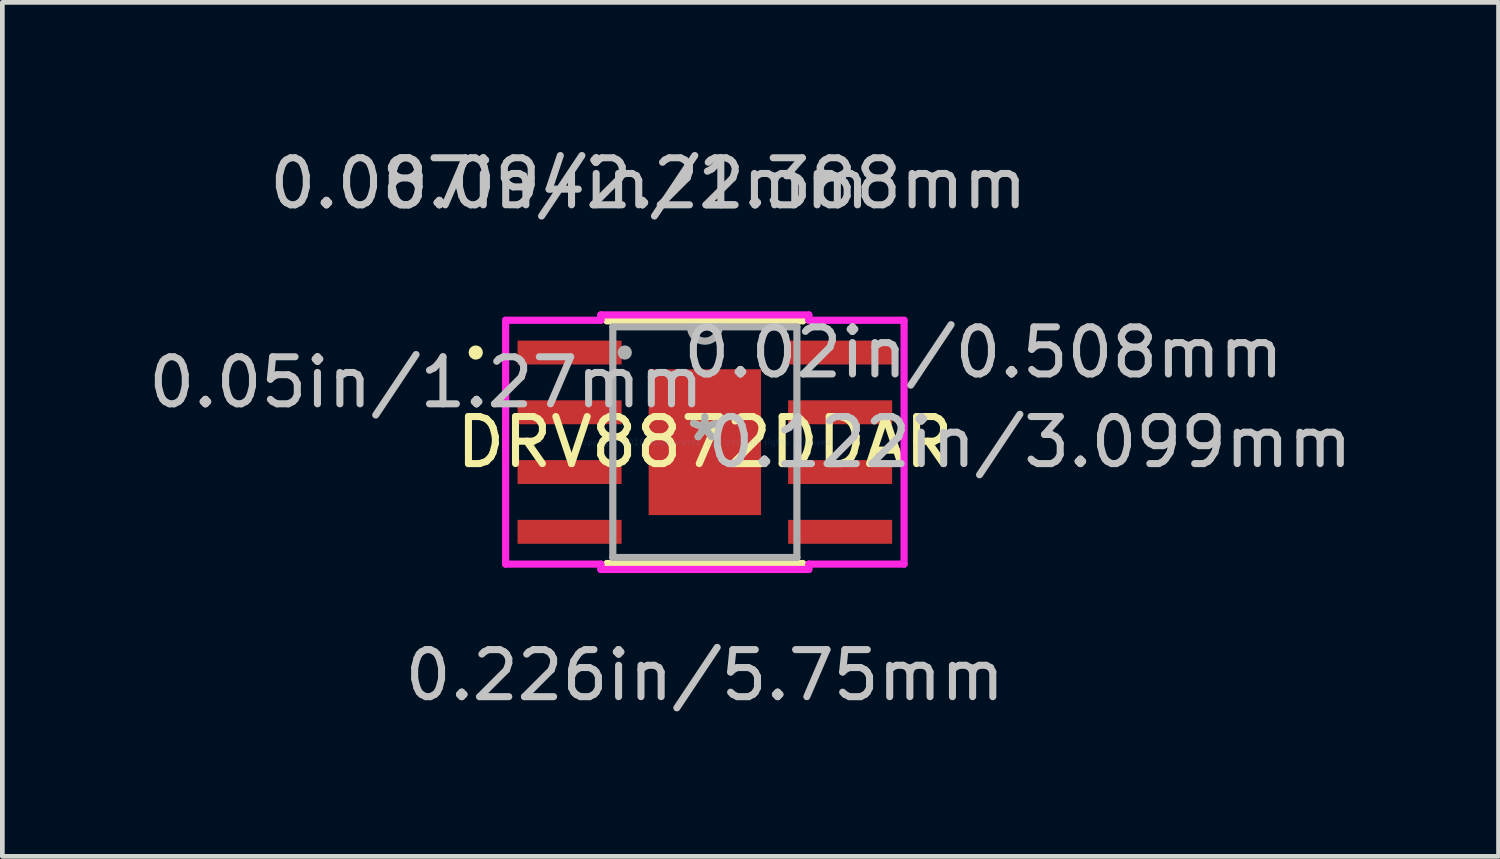
<source format=kicad_pcb>
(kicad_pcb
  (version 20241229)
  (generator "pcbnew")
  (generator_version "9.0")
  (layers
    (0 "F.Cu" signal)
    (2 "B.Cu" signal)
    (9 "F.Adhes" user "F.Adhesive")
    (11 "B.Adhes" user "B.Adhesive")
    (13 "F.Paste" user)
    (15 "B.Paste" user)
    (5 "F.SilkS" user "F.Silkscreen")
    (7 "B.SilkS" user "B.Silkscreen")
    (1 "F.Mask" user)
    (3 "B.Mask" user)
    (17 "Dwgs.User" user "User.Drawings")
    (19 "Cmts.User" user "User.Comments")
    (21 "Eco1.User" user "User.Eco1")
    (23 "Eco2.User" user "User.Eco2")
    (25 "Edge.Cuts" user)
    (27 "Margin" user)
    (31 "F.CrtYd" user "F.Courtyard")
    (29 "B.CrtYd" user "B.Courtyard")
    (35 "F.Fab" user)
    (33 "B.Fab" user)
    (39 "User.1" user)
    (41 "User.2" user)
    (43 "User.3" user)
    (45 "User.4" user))
  (footprint "DRV8872DDAR"
    (layer "F.Cu")
    (at 11.929 6.347)
    (property "Reference" "DRV8872DDAR" (at 0 0 0) (layer "F.SilkS") (effects (font (size 1 1) (thickness 0.15))))
    (attr through_hole)
    (fp_line (start -1.257 -1.613) (end -0.987 -1.613) (stroke (width 0.152) (type solid)) (layer "F.Mask"))
    (fp_line (start -1.257 -1.613) (end 1.257 -1.613) (stroke (width 0.152) (type solid)) (layer "F.Mask"))
    (fp_line (start -1.257 -0.987) (end -1.257 -1.613) (stroke (width 0.152) (type solid)) (layer "F.Mask"))
    (fp_line (start -1.257 -0.587) (end 1.257 -0.587) (stroke (width 0.152) (type solid)) (layer "F.Mask"))
    (fp_line (start -1.257 -0.2) (end -1.257 -0.587) (stroke (width 0.152) (type solid)) (layer "F.Mask"))
    (fp_line (start -1.257 0.2) (end 1.257 0.2) (stroke (width 0.152) (type solid)) (layer "F.Mask"))
    (fp_line (start -1.257 0.587) (end -1.257 0.2) (stroke (width 0.152) (type solid)) (layer "F.Mask"))
    (fp_line (start -1.257 0.987) (end 1.257 0.987) (stroke (width 0.152) (type solid)) (layer "F.Mask"))
    (fp_line (start -1.257 1.613) (end -1.257 -1.613) (stroke (width 0.152) (type solid)) (layer "F.Mask"))
    (fp_line (start -1.257 1.613) (end -1.257 0.987) (stroke (width 0.152) (type solid)) (layer "F.Mask"))
    (fp_line (start -0.987 -1.613) (end -0.987 1.613) (stroke (width 0.152) (type solid)) (layer "F.Mask"))
    (fp_line (start -0.987 1.613) (end -1.257 1.613) (stroke (width 0.152) (type solid)) (layer "F.Mask"))
    (fp_line (start -0.587 -1.613) (end -0.587 1.613) (stroke (width 0.152) (type solid)) (layer "F.Mask"))
    (fp_line (start -0.587 1.613) (end -0.2 1.613) (stroke (width 0.152) (type solid)) (layer "F.Mask"))
    (fp_line (start -0.2 -1.613) (end -0.587 -1.613) (stroke (width 0.152) (type solid)) (layer "F.Mask"))
    (fp_line (start -0.2 1.613) (end -0.2 -1.613) (stroke (width 0.152) (type solid)) (layer "F.Mask"))
    (fp_line (start 0.2 -1.613) (end 0.2 1.613) (stroke (width 0.152) (type solid)) (layer "F.Mask"))
    (fp_line (start 0.2 1.613) (end 0.587 1.613) (stroke (width 0.152) (type solid)) (layer "F.Mask"))
    (fp_line (start 0.587 -1.613) (end 0.2 -1.613) (stroke (width 0.152) (type solid)) (layer "F.Mask"))
    (fp_line (start 0.587 1.613) (end 0.587 -1.613) (stroke (width 0.152) (type solid)) (layer "F.Mask"))
    (fp_line (start 0.987 -1.613) (end 1.257 -1.613) (stroke (width 0.152) (type solid)) (layer "F.Mask"))
    (fp_line (start 0.987 1.613) (end 0.987 -1.613) (stroke (width 0.152) (type solid)) (layer "F.Mask"))
    (fp_line (start 1.257 -1.613) (end 1.257 -0.987) (stroke (width 0.152) (type solid)) (layer "F.Mask"))
    (fp_line (start 1.257 -1.613) (end 1.257 1.613) (stroke (width 0.152) (type solid)) (layer "F.Mask"))
    (fp_line (start 1.257 -0.987) (end -1.257 -0.987) (stroke (width 0.152) (type solid)) (layer "F.Mask"))
    (fp_line (start 1.257 -0.587) (end 1.257 -0.2) (stroke (width 0.152) (type solid)) (layer "F.Mask"))
    (fp_line (start 1.257 -0.2) (end -1.257 -0.2) (stroke (width 0.152) (type solid)) (layer "F.Mask"))
    (fp_line (start 1.257 0.2) (end 1.257 0.587) (stroke (width 0.152) (type solid)) (layer "F.Mask"))
    (fp_line (start 1.257 0.587) (end -1.257 0.587) (stroke (width 0.152) (type solid)) (layer "F.Mask"))
    (fp_line (start 1.257 0.987) (end 1.257 1.613) (stroke (width 0.152) (type solid)) (layer "F.Mask"))
    (fp_line (start 1.257 1.613) (end -1.257 1.613) (stroke (width 0.152) (type solid)) (layer "F.Mask"))
    (fp_line (start 1.257 1.613) (end 0.987 1.613) (stroke (width 0.152) (type solid)) (layer "F.Mask"))
    (fp_line (start -2.083 2.578) (end 2.083 2.578) (stroke (width 0.152) (type solid)) (layer "F.SilkS"))
    (fp_line (start 2.083 -2.578) (end -2.083 -2.578) (stroke (width 0.152) (type solid)) (layer "F.SilkS"))
    (fp_circle (center -4.869 -1.905) (end -4.793 -1.905) (stroke (width 0.152) (type solid)) (fill no) (layer "F.SilkS"))
    (fp_line (start -1.119 -1.474) (end -1.119 -0.887) (stroke (width 0.152) (type solid)) (layer "F.Paste"))
    (fp_line (start -1.119 -0.887) (end -1.029 -0.887) (stroke (width 0.152) (type solid)) (layer "F.Paste"))
    (fp_line (start -1.119 -0.687) (end -1.119 -0.1) (stroke (width 0.152) (type solid)) (layer "F.Paste"))
    (fp_line (start -1.119 -0.1) (end -1.029 -0.1) (stroke (width 0.152) (type solid)) (layer "F.Paste"))
    (fp_line (start -1.119 0.1) (end -1.119 0.687) (stroke (width 0.152) (type solid)) (layer "F.Paste"))
    (fp_line (start -1.119 0.687) (end -1.029 0.687) (stroke (width 0.152) (type solid)) (layer "F.Paste"))
    (fp_line (start -1.119 0.887) (end -1.119 1.474) (stroke (width 0.152) (type solid)) (layer "F.Paste"))
    (fp_line (start -1.119 1.474) (end -0.887 1.474) (stroke (width 0.152) (type solid)) (layer "F.Paste"))
    (fp_line (start -1.029 -0.887) (end -1.029 -0.887) (stroke (width 0.152) (type solid)) (layer "F.Paste"))
    (fp_line (start -1.029 -0.887) (end -0.887 -1.029) (stroke (width 0.152) (type solid)) (layer "F.Paste"))
    (fp_line (start -1.029 -0.687) (end -1.119 -0.687) (stroke (width 0.152) (type solid)) (layer "F.Paste"))
    (fp_line (start -1.029 -0.687) (end -1.029 -0.687) (stroke (width 0.152) (type solid)) (layer "F.Paste"))
    (fp_line (start -1.029 -0.1) (end -1.029 -0.1) (stroke (width 0.152) (type solid)) (layer "F.Paste"))
    (fp_line (start -1.029 -0.1) (end -0.887 -0.241) (stroke (width 0.152) (type solid)) (layer "F.Paste"))
    (fp_line (start -1.029 0.1) (end -1.119 0.1) (stroke (width 0.152) (type solid)) (layer "F.Paste"))
    (fp_line (start -1.029 0.1) (end -1.029 0.1) (stroke (width 0.152) (type solid)) (layer "F.Paste"))
    (fp_line (start -1.029 0.687) (end -1.029 0.687) (stroke (width 0.152) (type solid)) (layer "F.Paste"))
    (fp_line (start -1.029 0.687) (end -0.887 0.546) (stroke (width 0.152) (type solid)) (layer "F.Paste"))
    (fp_line (start -1.029 0.887) (end -1.119 0.887) (stroke (width 0.152) (type solid)) (layer "F.Paste"))
    (fp_line (start -1.029 0.887) (end -1.029 0.887) (stroke (width 0.152) (type solid)) (layer "F.Paste"))
    (fp_line (start -0.887 -1.474) (end -1.119 -1.474) (stroke (width 0.152) (type solid)) (layer "F.Paste"))
    (fp_line (start -0.887 -1.029) (end -0.887 -1.474) (stroke (width 0.152) (type solid)) (layer "F.Paste"))
    (fp_line (start -0.887 -1.029) (end -0.887 -1.029) (stroke (width 0.152) (type solid)) (layer "F.Paste"))
    (fp_line (start -0.887 -0.546) (end -1.029 -0.687) (stroke (width 0.152) (type solid)) (layer "F.Paste"))
    (fp_line (start -0.887 -0.546) (end -0.887 -0.546) (stroke (width 0.152) (type solid)) (layer "F.Paste"))
    (fp_line (start -0.887 -0.241) (end -0.887 -0.546) (stroke (width 0.152) (type solid)) (layer "F.Paste"))
    (fp_line (start -0.887 -0.241) (end -0.887 -0.241) (stroke (width 0.152) (type solid)) (layer "F.Paste"))
    (fp_line (start -0.887 0.241) (end -1.029 0.1) (stroke (width 0.152) (type solid)) (layer "F.Paste"))
    (fp_line (start -0.887 0.241) (end -0.887 0.241) (stroke (width 0.152) (type solid)) (layer "F.Paste"))
    (fp_line (start -0.887 0.546) (end -0.887 0.241) (stroke (width 0.152) (type solid)) (layer "F.Paste"))
    (fp_line (start -0.887 0.546) (end -0.887 0.546) (stroke (width 0.152) (type solid)) (layer "F.Paste"))
    (fp_line (start -0.887 1.029) (end -1.029 0.887) (stroke (width 0.152) (type solid)) (layer "F.Paste"))
    (fp_line (start -0.887 1.029) (end -0.887 1.029) (stroke (width 0.152) (type solid)) (layer "F.Paste"))
    (fp_line (start -0.887 1.474) (end -0.887 1.029) (stroke (width 0.152) (type solid)) (layer "F.Paste"))
    (fp_line (start -0.687 -1.474) (end -0.687 -1.029) (stroke (width 0.152) (type solid)) (layer "F.Paste"))
    (fp_line (start -0.687 -1.029) (end -0.687 -1.029) (stroke (width 0.152) (type solid)) (layer "F.Paste"))
    (fp_line (start -0.687 -1.029) (end -0.546 -0.887) (stroke (width 0.152) (type solid)) (layer "F.Paste"))
    (fp_line (start -0.687 -0.546) (end -0.687 -0.546) (stroke (width 0.152) (type solid)) (layer "F.Paste"))
    (fp_line (start -0.687 -0.546) (end -0.687 -0.241) (stroke (width 0.152) (type solid)) (layer "F.Paste"))
    (fp_line (start -0.687 -0.241) (end -0.687 -0.241) (stroke (width 0.152) (type solid)) (layer "F.Paste"))
    (fp_line (start -0.687 -0.241) (end -0.546 -0.1) (stroke (width 0.152) (type solid)) (layer "F.Paste"))
    (fp_line (start -0.687 0.241) (end -0.687 0.241) (stroke (width 0.152) (type solid)) (layer "F.Paste"))
    (fp_line (start -0.687 0.241) (end -0.687 0.546) (stroke (width 0.152) (type solid)) (layer "F.Paste"))
    (fp_line (start -0.687 0.546) (end -0.687 0.546) (stroke (width 0.152) (type solid)) (layer "F.Paste"))
    (fp_line (start -0.687 0.546) (end -0.546 0.687) (stroke (width 0.152) (type solid)) (layer "F.Paste"))
    (fp_line (start -0.687 1.029) (end -0.687 1.029) (stroke (width 0.152) (type solid)) (layer "F.Paste"))
    (fp_line (start -0.687 1.029) (end -0.687 1.474) (stroke (width 0.152) (type solid)) (layer "F.Paste"))
    (fp_line (start -0.687 1.474) (end -0.1 1.474) (stroke (width 0.152) (type solid)) (layer "F.Paste"))
    (fp_line (start -0.546 -0.887) (end -0.546 -0.887) (stroke (width 0.152) (type solid)) (layer "F.Paste"))
    (fp_line (start -0.546 -0.887) (end -0.241 -0.887) (stroke (width 0.152) (type solid)) (layer "F.Paste"))
    (fp_line (start -0.546 -0.687) (end -0.687 -0.546) (stroke (width 0.152) (type solid)) (layer "F.Paste"))
    (fp_line (start -0.546 -0.687) (end -0.546 -0.687) (stroke (width 0.152) (type solid)) (layer "F.Paste"))
    (fp_line (start -0.546 -0.1) (end -0.546 -0.1) (stroke (width 0.152) (type solid)) (layer "F.Paste"))
    (fp_line (start -0.546 -0.1) (end -0.241 -0.1) (stroke (width 0.152) (type solid)) (layer "F.Paste"))
    (fp_line (start -0.546 0.1) (end -0.687 0.241) (stroke (width 0.152) (type solid)) (layer "F.Paste"))
    (fp_line (start -0.546 0.1) (end -0.546 0.1) (stroke (width 0.152) (type solid)) (layer "F.Paste"))
    (fp_line (start -0.546 0.687) (end -0.546 0.687) (stroke (width 0.152) (type solid)) (layer "F.Paste"))
    (fp_line (start -0.546 0.687) (end -0.241 0.687) (stroke (width 0.152) (type solid)) (layer "F.Paste"))
    (fp_line (start -0.546 0.887) (end -0.687 1.029) (stroke (width 0.152) (type solid)) (layer "F.Paste"))
    (fp_line (start -0.546 0.887) (end -0.546 0.887) (stroke (width 0.152) (type solid)) (layer "F.Paste"))
    (fp_line (start -0.241 -0.887) (end -0.241 -0.887) (stroke (width 0.152) (type solid)) (layer "F.Paste"))
    (fp_line (start -0.241 -0.887) (end -0.1 -1.029) (stroke (width 0.152) (type solid)) (layer "F.Paste"))
    (fp_line (start -0.241 -0.687) (end -0.546 -0.687) (stroke (width 0.152) (type solid)) (layer "F.Paste"))
    (fp_line (start -0.241 -0.687) (end -0.241 -0.687) (stroke (width 0.152) (type solid)) (layer "F.Paste"))
    (fp_line (start -0.241 -0.1) (end -0.241 -0.1) (stroke (width 0.152) (type solid)) (layer "F.Paste"))
    (fp_line (start -0.241 -0.1) (end -0.1 -0.241) (stroke (width 0.152) (type solid)) (layer "F.Paste"))
    (fp_line (start -0.241 0.1) (end -0.546 0.1) (stroke (width 0.152) (type solid)) (layer "F.Paste"))
    (fp_line (start -0.241 0.1) (end -0.241 0.1) (stroke (width 0.152) (type solid)) (layer "F.Paste"))
    (fp_line (start -0.241 0.687) (end -0.241 0.687) (stroke (width 0.152) (type solid)) (layer "F.Paste"))
    (fp_line (start -0.241 0.687) (end -0.1 0.546) (stroke (width 0.152) (type solid)) (layer "F.Paste"))
    (fp_line (start -0.241 0.887) (end -0.546 0.887) (stroke (width 0.152) (type solid)) (layer "F.Paste"))
    (fp_line (start -0.241 0.887) (end -0.241 0.887) (stroke (width 0.152) (type solid)) (layer "F.Paste"))
    (fp_line (start -0.1 -1.474) (end -0.687 -1.474) (stroke (width 0.152) (type solid)) (layer "F.Paste"))
    (fp_line (start -0.1 -1.029) (end -0.1 -1.474) (stroke (width 0.152) (type solid)) (layer "F.Paste"))
    (fp_line (start -0.1 -1.029) (end -0.1 -1.029) (stroke (width 0.152) (type solid)) (layer "F.Paste"))
    (fp_line (start -0.1 -0.546) (end -0.241 -0.687) (stroke (width 0.152) (type solid)) (layer "F.Paste"))
    (fp_line (start -0.1 -0.546) (end -0.1 -0.546) (stroke (width 0.152) (type solid)) (layer "F.Paste"))
    (fp_line (start -0.1 -0.241) (end -0.1 -0.546) (stroke (width 0.152) (type solid)) (layer "F.Paste"))
    (fp_line (start -0.1 -0.241) (end -0.1 -0.241) (stroke (width 0.152) (type solid)) (layer "F.Paste"))
    (fp_line (start -0.1 0.241) (end -0.241 0.1) (stroke (width 0.152) (type solid)) (layer "F.Paste"))
    (fp_line (start -0.1 0.241) (end -0.1 0.241) (stroke (width 0.152) (type solid)) (layer "F.Paste"))
    (fp_line (start -0.1 0.546) (end -0.1 0.241) (stroke (width 0.152) (type solid)) (layer "F.Paste"))
    (fp_line (start -0.1 0.546) (end -0.1 0.546) (stroke (width 0.152) (type solid)) (layer "F.Paste"))
    (fp_line (start -0.1 1.029) (end -0.241 0.887) (stroke (width 0.152) (type solid)) (layer "F.Paste"))
    (fp_line (start -0.1 1.029) (end -0.1 1.029) (stroke (width 0.152) (type solid)) (layer "F.Paste"))
    (fp_line (start -0.1 1.474) (end -0.1 1.029) (stroke (width 0.152) (type solid)) (layer "F.Paste"))
    (fp_line (start 0.1 -1.474) (end 0.1 -1.029) (stroke (width 0.152) (type solid)) (layer "F.Paste"))
    (fp_line (start 0.1 -1.029) (end 0.1 -1.029) (stroke (width 0.152) (type solid)) (layer "F.Paste"))
    (fp_line (start 0.1 -1.029) (end 0.241 -0.887) (stroke (width 0.152) (type solid)) (layer "F.Paste"))
    (fp_line (start 0.1 -0.546) (end 0.1 -0.546) (stroke (width 0.152) (type solid)) (layer "F.Paste"))
    (fp_line (start 0.1 -0.546) (end 0.1 -0.241) (stroke (width 0.152) (type solid)) (layer "F.Paste"))
    (fp_line (start 0.1 -0.241) (end 0.1 -0.241) (stroke (width 0.152) (type solid)) (layer "F.Paste"))
    (fp_line (start 0.1 -0.241) (end 0.241 -0.1) (stroke (width 0.152) (type solid)) (layer "F.Paste"))
    (fp_line (start 0.1 0.241) (end 0.1 0.241) (stroke (width 0.152) (type solid)) (layer "F.Paste"))
    (fp_line (start 0.1 0.241) (end 0.1 0.546) (stroke (width 0.152) (type solid)) (layer "F.Paste"))
    (fp_line (start 0.1 0.546) (end 0.1 0.546) (stroke (width 0.152) (type solid)) (layer "F.Paste"))
    (fp_line (start 0.1 0.546) (end 0.241 0.687) (stroke (width 0.152) (type solid)) (layer "F.Paste"))
    (fp_line (start 0.1 1.029) (end 0.1 1.029) (stroke (width 0.152) (type solid)) (layer "F.Paste"))
    (fp_line (start 0.1 1.029) (end 0.1 1.474) (stroke (width 0.152) (type solid)) (layer "F.Paste"))
    (fp_line (start 0.1 1.474) (end 0.687 1.474) (stroke (width 0.152) (type solid)) (layer "F.Paste"))
    (fp_line (start 0.241 -0.887) (end 0.241 -0.887) (stroke (width 0.152) (type solid)) (layer "F.Paste"))
    (fp_line (start 0.241 -0.887) (end 0.546 -0.887) (stroke (width 0.152) (type solid)) (layer "F.Paste"))
    (fp_line (start 0.241 -0.687) (end 0.1 -0.546) (stroke (width 0.152) (type solid)) (layer "F.Paste"))
    (fp_line (start 0.241 -0.687) (end 0.241 -0.687) (stroke (width 0.152) (type solid)) (layer "F.Paste"))
    (fp_line (start 0.241 -0.1) (end 0.241 -0.1) (stroke (width 0.152) (type solid)) (layer "F.Paste"))
    (fp_line (start 0.241 -0.1) (end 0.546 -0.1) (stroke (width 0.152) (type solid)) (layer "F.Paste"))
    (fp_line (start 0.241 0.1) (end 0.1 0.241) (stroke (width 0.152) (type solid)) (layer "F.Paste"))
    (fp_line (start 0.241 0.1) (end 0.241 0.1) (stroke (width 0.152) (type solid)) (layer "F.Paste"))
    (fp_line (start 0.241 0.687) (end 0.241 0.687) (stroke (width 0.152) (type solid)) (layer "F.Paste"))
    (fp_line (start 0.241 0.687) (end 0.546 0.687) (stroke (width 0.152) (type solid)) (layer "F.Paste"))
    (fp_line (start 0.241 0.887) (end 0.1 1.029) (stroke (width 0.152) (type solid)) (layer "F.Paste"))
    (fp_line (start 0.241 0.887) (end 0.241 0.887) (stroke (width 0.152) (type solid)) (layer "F.Paste"))
    (fp_line (start 0.546 -0.887) (end 0.546 -0.887) (stroke (width 0.152) (type solid)) (layer "F.Paste"))
    (fp_line (start 0.546 -0.887) (end 0.687 -1.029) (stroke (width 0.152) (type solid)) (layer "F.Paste"))
    (fp_line (start 0.546 -0.687) (end 0.241 -0.687) (stroke (width 0.152) (type solid)) (layer "F.Paste"))
    (fp_line (start 0.546 -0.687) (end 0.546 -0.687) (stroke (width 0.152) (type solid)) (layer "F.Paste"))
    (fp_line (start 0.546 -0.1) (end 0.546 -0.1) (stroke (width 0.152) (type solid)) (layer "F.Paste"))
    (fp_line (start 0.546 -0.1) (end 0.687 -0.241) (stroke (width 0.152) (type solid)) (layer "F.Paste"))
    (fp_line (start 0.546 0.1) (end 0.241 0.1) (stroke (width 0.152) (type solid)) (layer "F.Paste"))
    (fp_line (start 0.546 0.1) (end 0.546 0.1) (stroke (width 0.152) (type solid)) (layer "F.Paste"))
    (fp_line (start 0.546 0.687) (end 0.546 0.687) (stroke (width 0.152) (type solid)) (layer "F.Paste"))
    (fp_line (start 0.546 0.687) (end 0.687 0.546) (stroke (width 0.152) (type solid)) (layer "F.Paste"))
    (fp_line (start 0.546 0.887) (end 0.241 0.887) (stroke (width 0.152) (type solid)) (layer "F.Paste"))
    (fp_line (start 0.546 0.887) (end 0.546 0.887) (stroke (width 0.152) (type solid)) (layer "F.Paste"))
    (fp_line (start 0.687 -1.474) (end 0.1 -1.474) (stroke (width 0.152) (type solid)) (layer "F.Paste"))
    (fp_line (start 0.687 -1.029) (end 0.687 -1.474) (stroke (width 0.152) (type solid)) (layer "F.Paste"))
    (fp_line (start 0.687 -1.029) (end 0.687 -1.029) (stroke (width 0.152) (type solid)) (layer "F.Paste"))
    (fp_line (start 0.687 -0.546) (end 0.546 -0.687) (stroke (width 0.152) (type solid)) (layer "F.Paste"))
    (fp_line (start 0.687 -0.546) (end 0.687 -0.546) (stroke (width 0.152) (type solid)) (layer "F.Paste"))
    (fp_line (start 0.687 -0.241) (end 0.687 -0.546) (stroke (width 0.152) (type solid)) (layer "F.Paste"))
    (fp_line (start 0.687 -0.241) (end 0.687 -0.241) (stroke (width 0.152) (type solid)) (layer "F.Paste"))
    (fp_line (start 0.687 0.241) (end 0.546 0.1) (stroke (width 0.152) (type solid)) (layer "F.Paste"))
    (fp_line (start 0.687 0.241) (end 0.687 0.241) (stroke (width 0.152) (type solid)) (layer "F.Paste"))
    (fp_line (start 0.687 0.546) (end 0.687 0.241) (stroke (width 0.152) (type solid)) (layer "F.Paste"))
    (fp_line (start 0.687 0.546) (end 0.687 0.546) (stroke (width 0.152) (type solid)) (layer "F.Paste"))
    (fp_line (start 0.687 1.029) (end 0.546 0.887) (stroke (width 0.152) (type solid)) (layer "F.Paste"))
    (fp_line (start 0.687 1.029) (end 0.687 1.029) (stroke (width 0.152) (type solid)) (layer "F.Paste"))
    (fp_line (start 0.687 1.474) (end 0.687 1.029) (stroke (width 0.152) (type solid)) (layer "F.Paste"))
    (fp_line (start 0.887 -1.474) (end 0.887 -1.029) (stroke (width 0.152) (type solid)) (layer "F.Paste"))
    (fp_line (start 0.887 -1.029) (end 0.887 -1.029) (stroke (width 0.152) (type solid)) (layer "F.Paste"))
    (fp_line (start 0.887 -1.029) (end 1.029 -0.887) (stroke (width 0.152) (type solid)) (layer "F.Paste"))
    (fp_line (start 0.887 -0.546) (end 0.887 -0.546) (stroke (width 0.152) (type solid)) (layer "F.Paste"))
    (fp_line (start 0.887 -0.546) (end 0.887 -0.241) (stroke (width 0.152) (type solid)) (layer "F.Paste"))
    (fp_line (start 0.887 -0.241) (end 0.887 -0.241) (stroke (width 0.152) (type solid)) (layer "F.Paste"))
    (fp_line (start 0.887 -0.241) (end 1.029 -0.1) (stroke (width 0.152) (type solid)) (layer "F.Paste"))
    (fp_line (start 0.887 0.241) (end 0.887 0.241) (stroke (width 0.152) (type solid)) (layer "F.Paste"))
    (fp_line (start 0.887 0.241) (end 0.887 0.546) (stroke (width 0.152) (type solid)) (layer "F.Paste"))
    (fp_line (start 0.887 0.546) (end 0.887 0.546) (stroke (width 0.152) (type solid)) (layer "F.Paste"))
    (fp_line (start 0.887 0.546) (end 1.029 0.687) (stroke (width 0.152) (type solid)) (layer "F.Paste"))
    (fp_line (start 0.887 1.029) (end 0.887 1.029) (stroke (width 0.152) (type solid)) (layer "F.Paste"))
    (fp_line (start 0.887 1.029) (end 0.887 1.474) (stroke (width 0.152) (type solid)) (layer "F.Paste"))
    (fp_line (start 0.887 1.474) (end 1.119 1.474) (stroke (width 0.152) (type solid)) (layer "F.Paste"))
    (fp_line (start 1.029 -0.887) (end 1.029 -0.887) (stroke (width 0.152) (type solid)) (layer "F.Paste"))
    (fp_line (start 1.029 -0.887) (end 1.119 -0.887) (stroke (width 0.152) (type solid)) (layer "F.Paste"))
    (fp_line (start 1.029 -0.687) (end 0.887 -0.546) (stroke (width 0.152) (type solid)) (layer "F.Paste"))
    (fp_line (start 1.029 -0.687) (end 1.029 -0.687) (stroke (width 0.152) (type solid)) (layer "F.Paste"))
    (fp_line (start 1.029 -0.1) (end 1.029 -0.1) (stroke (width 0.152) (type solid)) (layer "F.Paste"))
    (fp_line (start 1.029 -0.1) (end 1.119 -0.1) (stroke (width 0.152) (type solid)) (layer "F.Paste"))
    (fp_line (start 1.029 0.1) (end 0.887 0.241) (stroke (width 0.152) (type solid)) (layer "F.Paste"))
    (fp_line (start 1.029 0.1) (end 1.029 0.1) (stroke (width 0.152) (type solid)) (layer "F.Paste"))
    (fp_line (start 1.029 0.687) (end 1.029 0.687) (stroke (width 0.152) (type solid)) (layer "F.Paste"))
    (fp_line (start 1.029 0.687) (end 1.119 0.687) (stroke (width 0.152) (type solid)) (layer "F.Paste"))
    (fp_line (start 1.029 0.887) (end 0.887 1.029) (stroke (width 0.152) (type solid)) (layer "F.Paste"))
    (fp_line (start 1.029 0.887) (end 1.029 0.887) (stroke (width 0.152) (type solid)) (layer "F.Paste"))
    (fp_line (start 1.119 -1.474) (end 0.887 -1.474) (stroke (width 0.152) (type solid)) (layer "F.Paste"))
    (fp_line (start 1.119 -0.887) (end 1.119 -1.474) (stroke (width 0.152) (type solid)) (layer "F.Paste"))
    (fp_line (start 1.119 -0.687) (end 1.029 -0.687) (stroke (width 0.152) (type solid)) (layer "F.Paste"))
    (fp_line (start 1.119 -0.1) (end 1.119 -0.687) (stroke (width 0.152) (type solid)) (layer "F.Paste"))
    (fp_line (start 1.119 0.1) (end 1.029 0.1) (stroke (width 0.152) (type solid)) (layer "F.Paste"))
    (fp_line (start 1.119 0.687) (end 1.119 0.1) (stroke (width 0.152) (type solid)) (layer "F.Paste"))
    (fp_line (start 1.119 0.887) (end 1.029 0.887) (stroke (width 0.152) (type solid)) (layer "F.Paste"))
    (fp_line (start 1.119 1.474) (end 1.119 0.887) (stroke (width 0.152) (type solid)) (layer "F.Paste"))
    (fp_circle (center -0.65 -1.3) (end -0.485 -1.3) (stroke (width 0.152) (type solid)) (fill no) (layer "Eco1.User"))
    (fp_circle (center -0.65 0) (end -0.485 0) (stroke (width 0.152) (type solid)) (fill no) (layer "Eco1.User"))
    (fp_circle (center -0.65 1.3) (end -0.485 1.3) (stroke (width 0.152) (type solid)) (fill no) (layer "Eco1.User"))
    (fp_circle (center 0.65 -1.3) (end 0.815 -1.3) (stroke (width 0.152) (type solid)) (fill no) (layer "Eco1.User"))
    (fp_circle (center 0.65 0) (end 0.815 0) (stroke (width 0.152) (type solid)) (fill no) (layer "Eco1.User"))
    (fp_circle (center 0.65 1.3) (end 0.815 1.3) (stroke (width 0.152) (type solid)) (fill no) (layer "Eco1.User"))
    (fp_line (start -4.234 -2.591) (end -2.21 -2.591) (stroke (width 0.152) (type solid)) (layer "F.CrtYd"))
    (fp_line (start -4.234 2.591) (end -4.234 -2.591) (stroke (width 0.152) (type solid)) (layer "F.CrtYd"))
    (fp_line (start -2.21 -2.705) (end 2.21 -2.705) (stroke (width 0.152) (type solid)) (layer "F.CrtYd"))
    (fp_line (start -2.21 -2.591) (end -2.21 -2.705) (stroke (width 0.152) (type solid)) (layer "F.CrtYd"))
    (fp_line (start -2.21 2.591) (end -4.234 2.591) (stroke (width 0.152) (type solid)) (layer "F.CrtYd"))
    (fp_line (start -2.21 2.705) (end -2.21 2.591) (stroke (width 0.152) (type solid)) (layer "F.CrtYd"))
    (fp_line (start 2.21 -2.705) (end 2.21 -2.591) (stroke (width 0.152) (type solid)) (layer "F.CrtYd"))
    (fp_line (start 2.21 -2.591) (end 4.234 -2.591) (stroke (width 0.152) (type solid)) (layer "F.CrtYd"))
    (fp_line (start 2.21 2.591) (end 2.21 2.705) (stroke (width 0.152) (type solid)) (layer "F.CrtYd"))
    (fp_line (start 2.21 2.705) (end -2.21 2.705) (stroke (width 0.152) (type solid)) (layer "F.CrtYd"))
    (fp_line (start 4.234 -2.591) (end 4.234 2.591) (stroke (width 0.152) (type solid)) (layer "F.CrtYd"))
    (fp_line (start 4.234 2.591) (end 2.21 2.591) (stroke (width 0.152) (type solid)) (layer "F.CrtYd"))
    (fp_line (start -1.956 -2.451) (end -1.956 2.451) (stroke (width 0.152) (type solid)) (layer "F.Fab"))
    (fp_line (start -1.956 2.451) (end 1.956 2.451) (stroke (width 0.152) (type solid)) (layer "F.Fab"))
    (fp_line (start 1.956 -2.451) (end -1.956 -2.451) (stroke (width 0.152) (type solid)) (layer "F.Fab"))
    (fp_line (start 1.956 2.451) (end 1.956 -2.451) (stroke (width 0.152) (type solid)) (layer "F.Fab"))
    (fp_arc (start 0.3048 -2.4511) (mid 0 -2.1463) (end -0.3048 -2.4511) (stroke (width 0.1524) (type solid)) (layer "F.Fab"))
    (fp_circle (center -1.702 -1.905) (end -1.626 -1.905) (stroke (width 0.152) (type solid)) (fill no) (layer "F.Fab"))
    (fp_text user "*" (at 0 0 0) (layer "F.SilkS") (effects (font (size 1 1) (thickness 0.15))))
    (fp_text user "0.02in/0.508mm" (at 5.923 -1.905 0) (layer "Dwgs.User") (effects (font (size 1 1) (thickness 0.15))))
    (fp_text user "0.122in/3.099mm" (at 6.909 0 0) (layer "Dwgs.User") (effects (font (size 1 1) (thickness 0.15))))
    (fp_text user "0.094in/2.388mm" (at 0 -5.499 0) (layer "Dwgs.User") (effects (font (size 1 1) (thickness 0.15))))
    (fp_text user "0.226in/5.75mm" (at 0 4.953 0) (layer "Dwgs.User") (effects (font (size 1 1) (thickness 0.15))))
    (fp_text user "0.05in/1.27mm" (at -5.923 -1.27 0) (layer "Dwgs.User") (effects (font (size 1 1) (thickness 0.15))))
    (fp_text user "0.087in/2.21mm" (at -2.875 -5.499 0) (layer "Dwgs.User") (effects (font (size 1 1) (thickness 0.15))))
    (fp_text user "Copyright 2016 Accelerated Designs. All rights reserved." (at 0 0 0) (layer "Cmts.User") (effects (font (size 0.127 0.127) (thickness 0.002))))
    (fp_text user "*" (at 0 0 0) (layer "F.Fab") (effects (font (size 1 1) (thickness 0.15))))
    (pad "1" smd rect (at -2.875 -1.905) (size 2.21 0.508) (layers "F.Cu" "F.Mask" "F.Paste"))
    (pad "2" smd rect (at -2.875 -0.635) (size 2.21 0.508) (layers "F.Cu" "F.Mask" "F.Paste"))
    (pad "3" smd rect (at -2.875 0.635) (size 2.21 0.508) (layers "F.Cu" "F.Mask" "F.Paste"))
    (pad "4" smd rect (at -2.875 1.905) (size 2.21 0.508) (layers "F.Cu" "F.Mask" "F.Paste"))
    (pad "5" smd rect (at 2.875 1.905) (size 2.21 0.508) (layers "F.Cu" "F.Mask" "F.Paste"))
    (pad "6" smd rect (at 2.875 0.635) (size 2.21 0.508) (layers "F.Cu" "F.Mask" "F.Paste"))
    (pad "7" smd rect (at 2.875 -0.635) (size 2.21 0.508) (layers "F.Cu" "F.Mask" "F.Paste"))
    (pad "8" smd rect (at 2.875 -1.905) (size 2.21 0.508) (layers "F.Cu" "F.Mask" "F.Paste"))
    (pad "9" smd rect (at 0 0) (size 2.388 3.099) (layers "F.Cu" "F.Mask" "F.Paste")))
  (gr_rect
    (start -3 -3)
    (end 28.796 15.149)
    (stroke (width 0.1) (type default))
    (fill no)
    (layer "Edge.Cuts")))
</source>
